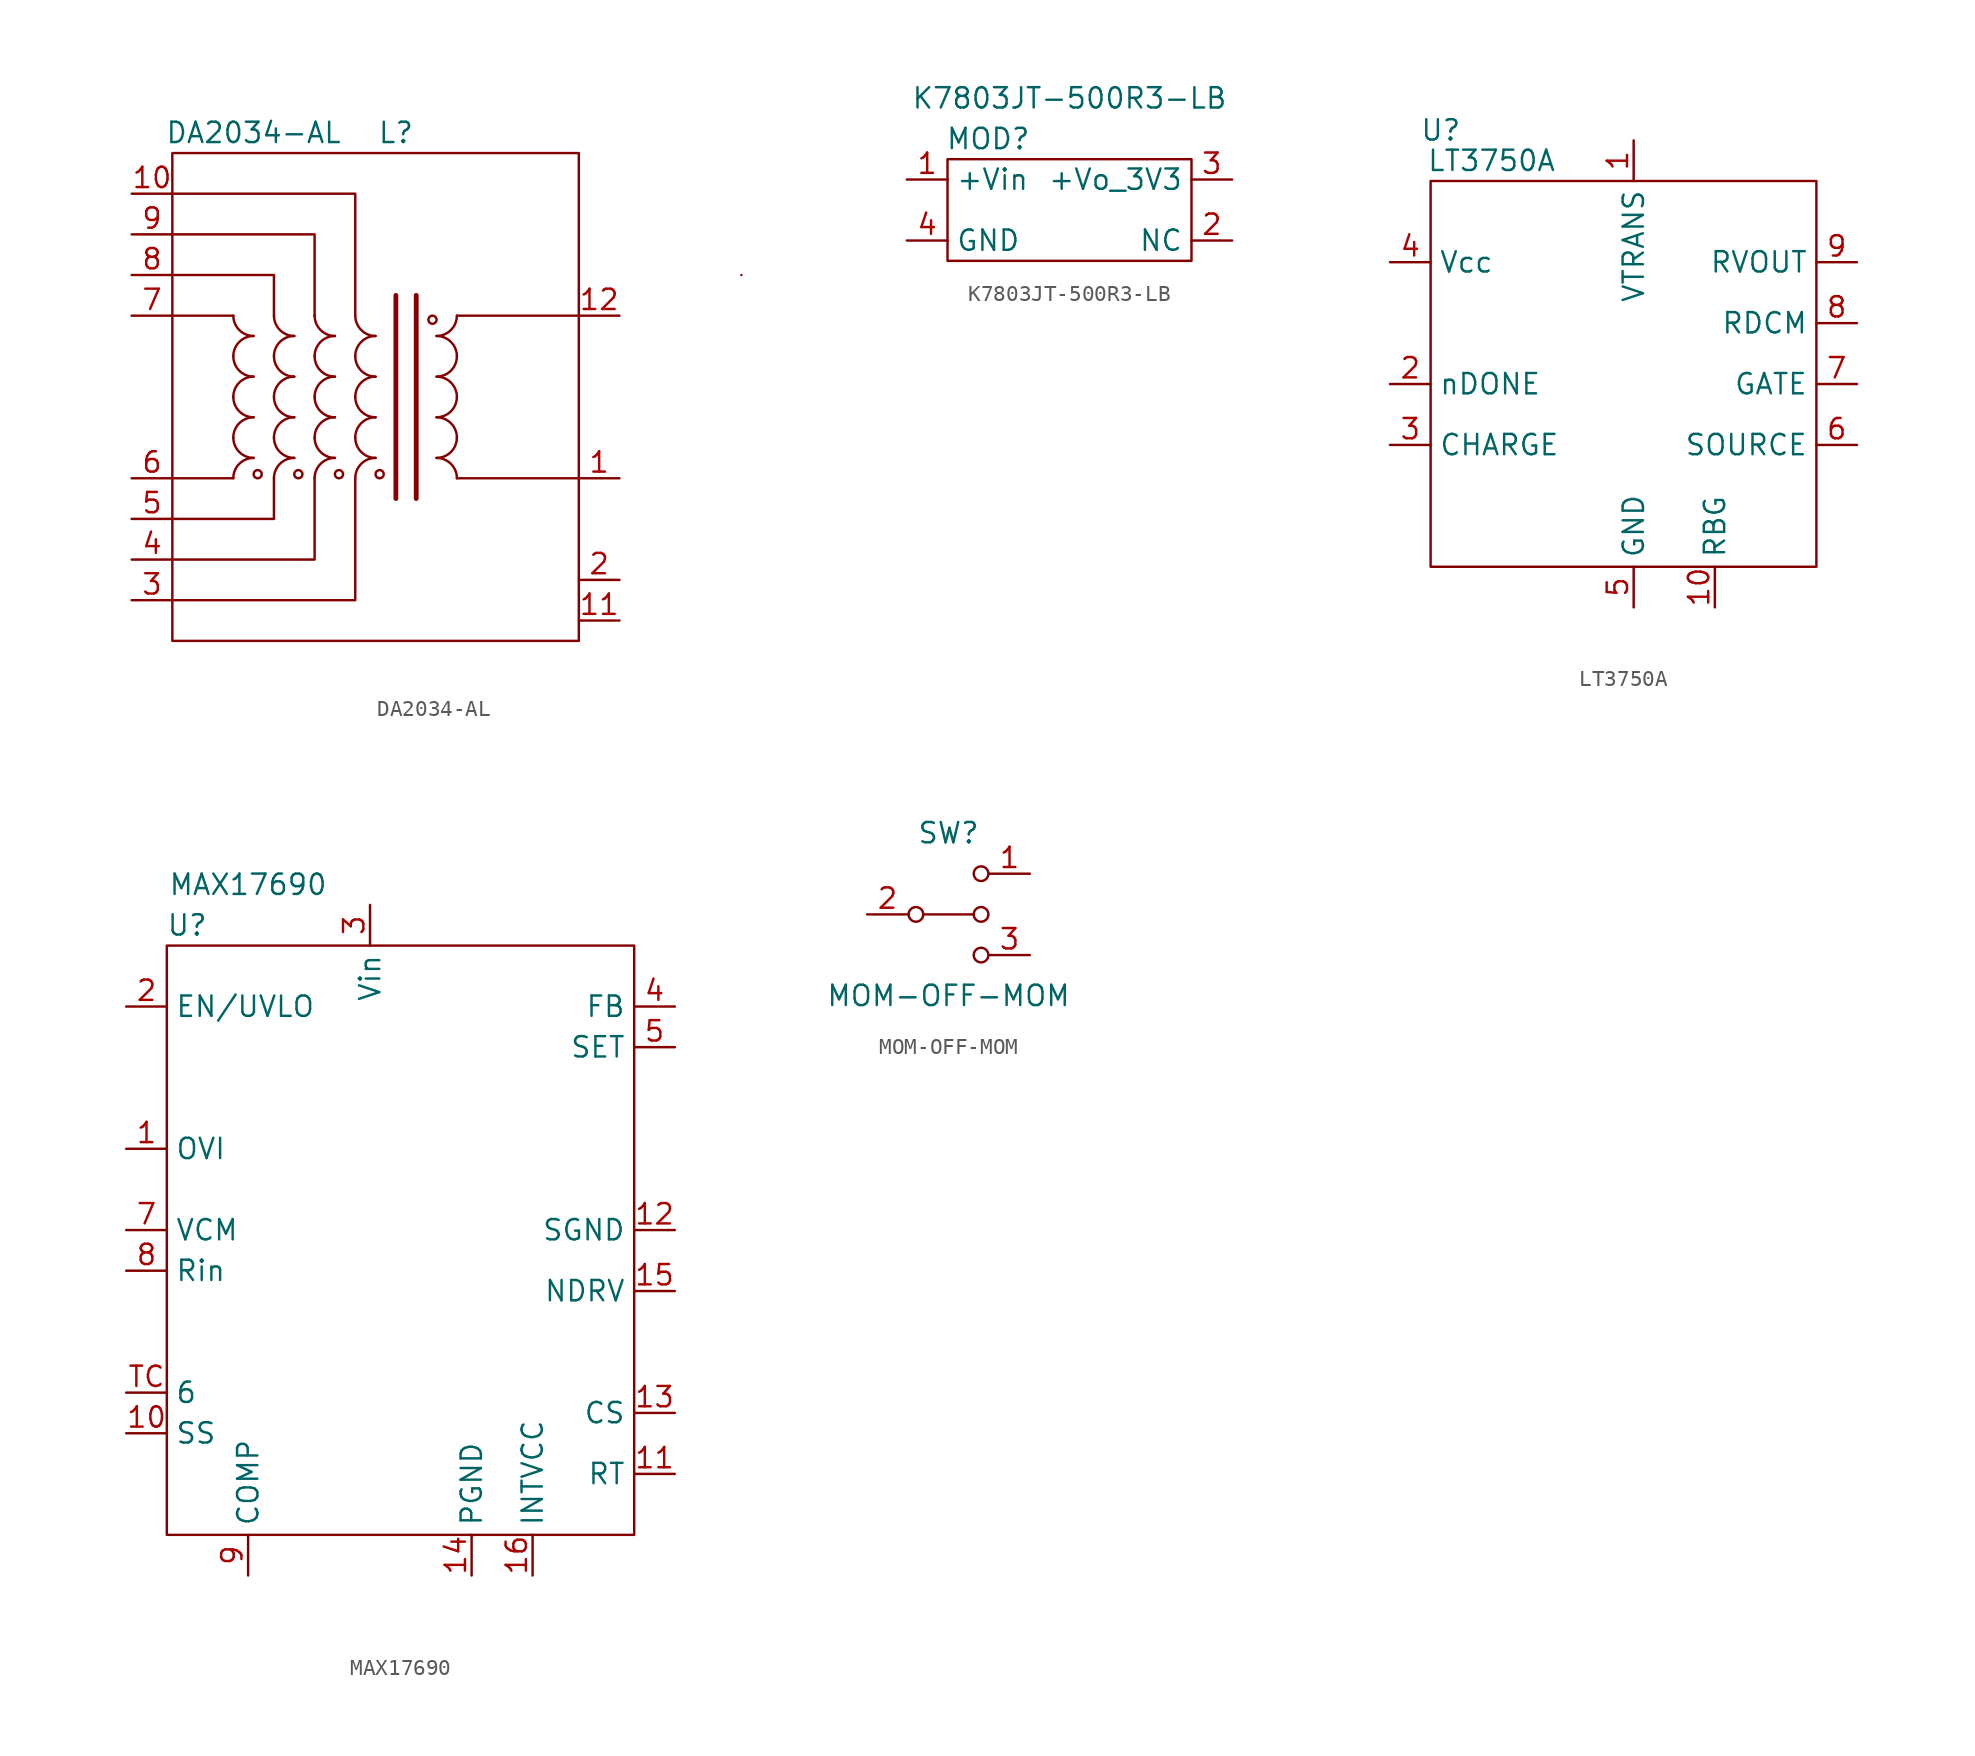
<source format=kicad_sym>
(kicad_symbol_lib
  (version 20211014)
  (generator kicad_symbol_editor)
  (symbol "DA2034-AL"
    (pin_names hide)
    (property "Reference" "L"
      (at 2.54 1.27 0)
      (effects (font (size 1.27 1.27))))
    (property "Value" "DA2034-AL"
      (at -6.35 1.27 0)
      (effects (font (size 1.27 1.27))))
    (symbol "DA2034-AL_0_0"
      (pin unspecified line (at 16.51 -20.32 180) (length 2.54) (name "1" (effects (font (size 1.27 1.27)))) (number "1" (effects (font (size 1.27 1.27)))))
      (pin unspecified line (at -13.97 -2.54 0) (length 2.54) (name "10" (effects (font (size 1.27 1.27)))) (number "10" (effects (font (size 1.27 1.27)))))
      (pin unspecified line (at 16.51 -29.21 180) (length 2.54) (name "11" (effects (font (size 1.27 1.27)))) (number "11" (effects (font (size 1.27 1.27)))))
      (pin unspecified line (at 16.51 -10.16 180) (length 2.54) (name "12" (effects (font (size 1.27 1.27)))) (number "12" (effects (font (size 1.27 1.27)))))
      (pin unspecified line (at 16.51 -26.67 180) (length 2.54) (name "2" (effects (font (size 1.27 1.27)))) (number "2" (effects (font (size 1.27 1.27)))))
      (pin unspecified line (at -13.97 -27.94 0) (length 2.54) (name "3" (effects (font (size 1.27 1.27)))) (number "3" (effects (font (size 1.27 1.27)))))
      (pin unspecified line (at -13.97 -25.4 0) (length 2.54) (name "4" (effects (font (size 1.27 1.27)))) (number "4" (effects (font (size 1.27 1.27)))))
      (pin unspecified line (at -13.97 -22.86 0) (length 2.54) (name "5" (effects (font (size 1.27 1.27)))) (number "5" (effects (font (size 1.27 1.27)))))
      (pin unspecified line (at -13.97 -20.32 0) (length 2.54) (name "6" (effects (font (size 1.27 1.27)))) (number "6" (effects (font (size 1.27 1.27)))))
      (pin unspecified line (at -13.97 -10.16 0) (length 2.54) (name "7" (effects (font (size 1.27 1.27)))) (number "7" (effects (font (size 1.27 1.27)))))
      (pin unspecified line (at -13.97 -7.62 0) (length 2.54) (name "8" (effects (font (size 1.27 1.27)))) (number "8" (effects (font (size 1.27 1.27)))))
      (pin unspecified line (at -13.97 -5.08 0) (length 2.54) (name "9" (effects (font (size 1.27 1.27)))) (number "9" (effects (font (size 1.27 1.27))))))
    (symbol "DA2034-AL_0_1"
      (rectangle (start -11.43 -30.48) (end 13.97 0) (stroke (width 0) (type default) (color 0 0 0 0)) (fill (type none)))
      (arc (start -7.62 -17.78) (mid -8.518 -19.948) (end -6.35 -19.05) (stroke (width 0) (type default) (color 0 0 0 0)) (fill (type none)))
      (arc (start -7.62 -15.24) (mid -8.518 -17.408) (end -6.35 -16.51) (stroke (width 0) (type default) (color 0 0 0 0)) (fill (type none)))
      (arc (start -7.62 -12.7) (mid -8.518 -14.868) (end -6.35 -13.97) (stroke (width 0) (type default) (color 0 0 0 0)) (fill (type none)))
      (arc (start -7.62 -10.16) (mid -8.518 -12.328) (end -6.35 -11.43) (stroke (width 0) (type default) (color 0 0 0 0)) (fill (type none)))
      (arc (start -6.35 -19.05) (mid -8.518 -18.152) (end -7.62 -20.32) (stroke (width 0) (type default) (color 0 0 0 0)) (fill (type none)))
      (arc (start -6.35 -16.51) (mid -8.518 -15.612) (end -7.62 -17.78) (stroke (width 0) (type default) (color 0 0 0 0)) (fill (type none)))
      (arc (start -6.35 -13.97) (mid -8.518 -13.072) (end -7.62 -15.24) (stroke (width 0) (type default) (color 0 0 0 0)) (fill (type none)))
      (arc (start -6.35 -11.43) (mid -8.518 -10.532) (end -7.62 -12.7) (stroke (width 0) (type default) (color 0 0 0 0)) (fill (type none)))
      (circle (center -6.096 -20.066) (radius 0.254) (stroke (width 0) (type default) (color 0 0 0 0)) (fill (type none)))
      (arc (start -5.08 -17.78) (mid -5.978 -19.948) (end -3.81 -19.05) (stroke (width 0) (type default) (color 0 0 0 0)) (fill (type none)))
      (arc (start -5.08 -15.24) (mid -5.978 -17.408) (end -3.81 -16.51) (stroke (width 0) (type default) (color 0 0 0 0)) (fill (type none)))
      (arc (start -5.08 -12.7) (mid -5.978 -14.868) (end -3.81 -13.97) (stroke (width 0) (type default) (color 0 0 0 0)) (fill (type none)))
      (arc (start -5.08 -10.16) (mid -5.978 -12.328) (end -3.81 -11.43) (stroke (width 0) (type default) (color 0 0 0 0)) (fill (type none)))
      (arc (start -3.81 -19.05) (mid -5.978 -18.152) (end -5.08 -20.32) (stroke (width 0) (type default) (color 0 0 0 0)) (fill (type none)))
      (arc (start -3.81 -16.51) (mid -5.978 -15.612) (end -5.08 -17.78) (stroke (width 0) (type default) (color 0 0 0 0)) (fill (type none)))
      (arc (start -3.81 -13.97) (mid -5.978 -13.072) (end -5.08 -15.24) (stroke (width 0) (type default) (color 0 0 0 0)) (fill (type none)))
      (arc (start -3.81 -11.43) (mid -5.978 -10.532) (end -5.08 -12.7) (stroke (width 0) (type default) (color 0 0 0 0)) (fill (type none)))
      (circle (center -3.556 -20.066) (radius 0.254) (stroke (width 0) (type default) (color 0 0 0 0)) (fill (type none)))
      (arc (start -2.54 -17.78) (mid -3.438 -19.948) (end -1.27 -19.05) (stroke (width 0) (type default) (color 0 0 0 0)) (fill (type none)))
      (arc (start -2.54 -15.24) (mid -3.438 -17.408) (end -1.27 -16.51) (stroke (width 0) (type default) (color 0 0 0 0)) (fill (type none)))
      (arc (start -2.54 -12.7) (mid -3.438 -14.868) (end -1.27 -13.97) (stroke (width 0) (type default) (color 0 0 0 0)) (fill (type none)))
      (arc (start -2.54 -10.16) (mid -3.438 -12.328) (end -1.27 -11.43) (stroke (width 0) (type default) (color 0 0 0 0)) (fill (type none)))
      (arc (start -1.27 -19.05) (mid -3.438 -18.152) (end -2.54 -20.32) (stroke (width 0) (type default) (color 0 0 0 0)) (fill (type none)))
      (arc (start -1.27 -16.51) (mid -3.438 -15.612) (end -2.54 -17.78) (stroke (width 0) (type default) (color 0 0 0 0)) (fill (type none)))
      (arc (start -1.27 -13.97) (mid -3.438 -13.072) (end -2.54 -15.24) (stroke (width 0) (type default) (color 0 0 0 0)) (fill (type none)))
      (arc (start -1.27 -11.43) (mid -3.438 -10.532) (end -2.54 -12.7) (stroke (width 0) (type default) (color 0 0 0 0)) (fill (type none)))
      (circle (center -1.016 -20.066) (radius 0.254) (stroke (width 0) (type default) (color 0 0 0 0)) (fill (type none)))
      (arc (start 0 -17.78) (mid -0.898 -19.948) (end 1.27 -19.05) (stroke (width 0) (type default) (color 0 0 0 0)) (fill (type none)))
      (arc (start 0 -15.24) (mid -0.898 -17.408) (end 1.27 -16.51) (stroke (width 0) (type default) (color 0 0 0 0)) (fill (type none)))
      (arc (start 0 -12.7) (mid -0.898 -14.868) (end 1.27 -13.97) (stroke (width 0) (type default) (color 0 0 0 0)) (fill (type none)))
      (arc (start 0 -10.16) (mid -0.898 -12.328) (end 1.27 -11.43) (stroke (width 0) (type default) (color 0 0 0 0)) (fill (type none)))
      (polyline (pts (xy -11.43 -20.32) (xy -7.62 -20.32)) (stroke (width 0) (type default) (color 0 0 0 0)) (fill (type none)))
      (polyline (pts (xy -11.43 -10.16) (xy -7.62 -10.16)) (stroke (width 0) (type default) (color 0 0 0 0)) (fill (type none)))
      (polyline (pts (xy -2.54 -10.16) (xy -2.54 -10.16)) (stroke (width 0) (type default) (color 0 0 0 0)) (fill (type none)))
      (polyline (pts (xy 2.54 -8.89) (xy 2.54 -21.59)) (stroke (width 0.3) (type default) (color 0 0 0 0)) (fill (type none)))
      (polyline (pts (xy 3.81 -8.89) (xy 3.81 -21.59)) (stroke (width 0.3) (type default) (color 0 0 0 0)) (fill (type none)))
      (polyline (pts (xy 6.35 -10.16) (xy 13.97 -10.16)) (stroke (width 0) (type default) (color 0 0 0 0)) (fill (type none)))
      (polyline (pts (xy 13.97 -20.32) (xy 6.35 -20.32)) (stroke (width 0) (type default) (color 0 0 0 0)) (fill (type none)))
      (polyline (pts (xy -11.43 -27.94) (xy 0 -27.94) (xy 0 -20.32)) (stroke (width 0) (type default) (color 0 0 0 0)) (fill (type none)))
      (polyline (pts (xy -11.43 -22.86) (xy -5.08 -22.86) (xy -5.08 -20.32)) (stroke (width 0) (type default) (color 0 0 0 0)) (fill (type none)))
      (polyline (pts (xy -11.43 -7.62) (xy -5.08 -7.62) (xy -5.08 -10.16)) (stroke (width 0) (type default) (color 0 0 0 0)) (fill (type none)))
      (polyline (pts (xy -11.43 -5.08) (xy -2.54 -5.08) (xy -2.54 -10.16)) (stroke (width 0) (type default) (color 0 0 0 0)) (fill (type none)))
      (polyline (pts (xy -11.43 -2.54) (xy 0 -2.54) (xy 0 -10.16)) (stroke (width 0) (type default) (color 0 0 0 0)) (fill (type none)))
      (polyline (pts (xy -2.54 -20.32) (xy -2.54 -25.4) (xy -11.43 -25.4)) (stroke (width 0) (type default) (color 0 0 0 0)) (fill (type none)))
      (arc (start 1.27 -19.05) (mid -0.898 -18.152) (end 0 -20.32) (stroke (width 0) (type default) (color 0 0 0 0)) (fill (type none)))
      (arc (start 1.27 -16.51) (mid -0.898 -15.612) (end 0 -17.78) (stroke (width 0) (type default) (color 0 0 0 0)) (fill (type none)))
      (arc (start 1.27 -13.97) (mid -0.898 -13.072) (end 0 -15.24) (stroke (width 0) (type default) (color 0 0 0 0)) (fill (type none)))
      (arc (start 1.27 -11.43) (mid -0.898 -10.532) (end 0 -12.7) (stroke (width 0) (type default) (color 0 0 0 0)) (fill (type none)))
      (circle (center 1.524 -20.066) (radius 0.254) (stroke (width 0) (type default) (color 0 0 0 0)) (fill (type none)))
      (circle (center 4.826 -10.414) (radius 0.254) (stroke (width 0) (type default) (color 0 0 0 0)) (fill (type none)))
      (arc (start 5.08 -19.05) (mid 7.248 -19.948) (end 6.35 -17.78) (stroke (width 0) (type default) (color 0 0 0 0)) (fill (type none)))
      (arc (start 5.08 -16.51) (mid 7.248 -17.408) (end 6.35 -15.24) (stroke (width 0) (type default) (color 0 0 0 0)) (fill (type none)))
      (arc (start 5.08 -13.97) (mid 7.248 -14.868) (end 6.35 -12.7) (stroke (width 0) (type default) (color 0 0 0 0)) (fill (type none)))
      (arc (start 5.08 -11.43) (mid 7.248 -12.328) (end 6.35 -10.16) (stroke (width 0) (type default) (color 0 0 0 0)) (fill (type none)))
      (arc (start 6.35 -20.32) (mid 7.248 -18.152) (end 5.08 -19.05) (stroke (width 0) (type default) (color 0 0 0 0)) (fill (type none)))
      (arc (start 6.35 -17.78) (mid 7.248 -15.612) (end 5.08 -16.51) (stroke (width 0) (type default) (color 0 0 0 0)) (fill (type none)))
      (arc (start 6.35 -15.24) (mid 7.248 -13.072) (end 5.08 -13.97) (stroke (width 0) (type default) (color 0 0 0 0)) (fill (type none)))
      (arc (start 6.35 -12.7) (mid 7.248 -10.532) (end 5.08 -11.43) (stroke (width 0) (type default) (color 0 0 0 0)) (fill (type none)))
      (arc (start 24.13 -7.62) (mid 24.13 -7.62) (end 24.13 -7.62) (stroke (width 0) (type default) (color 0 0 0 0)) (fill (type none)))))
  (symbol "K7803JT-500R3-LB"
    (property "Reference" "MOD"
      (at -5.08 1.27 0)
      (effects (font (size 1.27 1.27))))
    (property "Value" "K7803JT-500R3-LB"
      (at 0 3.81 0)
      (effects (font (size 1.27 1.27))))
    (symbol "K7803JT-500R3-LB_0_0"
      (pin unspecified line (at -10.16 -1.27 0) (length 2.54) (name "+Vin" (effects (font (size 1.27 1.27)))) (number "1" (effects (font (size 1.27 1.27)))))
      (pin unspecified line (at 10.16 -5.08 180) (length 2.54) (name "NC" (effects (font (size 1.27 1.27)))) (number "2" (effects (font (size 1.27 1.27)))))
      (pin unspecified line (at 10.16 -1.27 180) (length 2.54) (name "+Vo_3V3" (effects (font (size 1.27 1.27)))) (number "3" (effects (font (size 1.27 1.27)))))
      (pin unspecified line (at -10.16 -5.08 0) (length 2.54) (name "GND" (effects (font (size 1.27 1.27)))) (number "4" (effects (font (size 1.27 1.27))))))
    (symbol "K7803JT-500R3-LB_0_1"
      (rectangle (start -7.62 0) (end 7.62 -6.35) (stroke (width 0) (type default) (color 0 0 0 0)) (fill (type none)))))
  (symbol "LT3750A"
    (property "Reference" "U"
      (at -12.065 3.175 0)
      (effects (font (size 1.27 1.27))))
    (property "Value" "LT3750A"
      (at -8.89 1.27 0)
      (effects (font (size 1.27 1.27))))
    (symbol "LT3750A_0_1"
      (rectangle (start -12.7 0) (end 11.43 -24.13) (stroke (width 0) (type default) (color 0 0 0 0)) (fill (type none))))
    (symbol "LT3750A_1_1"
      (pin input line (at 0 2.54 270) (length 2.54) (name "VTRANS" (effects (font (size 1.27 1.27)))) (number "1" (effects (font (size 1.27 1.27)))))
      (pin input line (at 5.08 -26.67 90) (length 2.54) (name "RBG" (effects (font (size 1.27 1.27)))) (number "10" (effects (font (size 1.27 1.27)))))
      (pin input line (at -15.24 -12.7 0) (length 2.54) (name "nDONE" (effects (font (size 1.27 1.27)))) (number "2" (effects (font (size 1.27 1.27)))))
      (pin input line (at -15.24 -16.51 0) (length 2.54) (name "CHARGE" (effects (font (size 1.27 1.27)))) (number "3" (effects (font (size 1.27 1.27)))))
      (pin input line (at -15.24 -5.08 0) (length 2.54) (name "Vcc" (effects (font (size 1.27 1.27)))) (number "4" (effects (font (size 1.27 1.27)))))
      (pin input line (at 0 -26.67 90) (length 2.54) (name "GND" (effects (font (size 1.27 1.27)))) (number "5" (effects (font (size 1.27 1.27)))))
      (pin input line (at 13.97 -16.51 180) (length 2.54) (name "SOURCE" (effects (font (size 1.27 1.27)))) (number "6" (effects (font (size 1.27 1.27)))))
      (pin input line (at 13.97 -12.7 180) (length 2.54) (name "GATE" (effects (font (size 1.27 1.27)))) (number "7" (effects (font (size 1.27 1.27)))))
      (pin input line (at 13.97 -8.89 180) (length 2.54) (name "RDCM" (effects (font (size 1.27 1.27)))) (number "8" (effects (font (size 1.27 1.27)))))
      (pin input line (at 13.97 -5.08 180) (length 2.54) (name "RVOUT" (effects (font (size 1.27 1.27)))) (number "9" (effects (font (size 1.27 1.27)))))))
  (symbol "MAX17690"
    (property "Reference" "U"
      (at -11.43 1.27 0)
      (effects (font (size 1.27 1.27))))
    (property "Value" "MAX17690"
      (at -7.62 3.81 0)
      (effects (font (size 1.27 1.27))))
    (symbol "MAX17690_0_1"
      (rectangle (start -12.7 0) (end 16.51 -36.83) (stroke (width 0) (type default) (color 0 0 0 0)) (fill (type none))))
    (symbol "MAX17690_1_1"
      (pin input line (at -15.24 -12.7 0) (length 2.54) (name "OVI" (effects (font (size 1.27 1.27)))) (number "1" (effects (font (size 1.27 1.27)))))
      (pin input line (at -15.24 -30.48 0) (length 2.54) (name "SS" (effects (font (size 1.27 1.27)))) (number "10" (effects (font (size 1.27 1.27)))))
      (pin input line (at 19.05 -33.02 180) (length 2.54) (name "RT" (effects (font (size 1.27 1.27)))) (number "11" (effects (font (size 1.27 1.27)))))
      (pin input line (at 19.05 -17.78 180) (length 2.54) (name "SGND" (effects (font (size 1.27 1.27)))) (number "12" (effects (font (size 1.27 1.27)))))
      (pin input line (at 19.05 -29.21 180) (length 2.54) (name "CS" (effects (font (size 1.27 1.27)))) (number "13" (effects (font (size 1.27 1.27)))))
      (pin input line (at 6.35 -39.37 90) (length 2.54) (name "PGND" (effects (font (size 1.27 1.27)))) (number "14" (effects (font (size 1.27 1.27)))))
      (pin input line (at 19.05 -21.59 180) (length 2.54) (name "NDRV" (effects (font (size 1.27 1.27)))) (number "15" (effects (font (size 1.27 1.27)))))
      (pin input line (at 10.16 -39.37 90) (length 2.54) (name "INTVCC" (effects (font (size 1.27 1.27)))) (number "16" (effects (font (size 1.27 1.27)))))
      (pin input line (at -15.24 -3.81 0) (length 2.54) (name "EN/UVLO" (effects (font (size 1.27 1.27)))) (number "2" (effects (font (size 1.27 1.27)))))
      (pin input line (at 0 2.54 270) (length 2.54) (name "Vin" (effects (font (size 1.27 1.27)))) (number "3" (effects (font (size 1.27 1.27)))))
      (pin input line (at 19.05 -3.81 180) (length 2.54) (name "FB" (effects (font (size 1.27 1.27)))) (number "4" (effects (font (size 1.27 1.27)))))
      (pin input line (at 19.05 -6.35 180) (length 2.54) (name "SET" (effects (font (size 1.27 1.27)))) (number "5" (effects (font (size 1.27 1.27)))))
      (pin input line (at -15.24 -17.78 0) (length 2.54) (name "VCM" (effects (font (size 1.27 1.27)))) (number "7" (effects (font (size 1.27 1.27)))))
      (pin input line (at -15.24 -20.32 0) (length 2.54) (name "Rin" (effects (font (size 1.27 1.27)))) (number "8" (effects (font (size 1.27 1.27)))))
      (pin input line (at -7.62 -39.37 90) (length 2.54) (name "COMP" (effects (font (size 1.27 1.27)))) (number "9" (effects (font (size 1.27 1.27)))))
      (pin input line (at -15.24 -27.94 0) (length 2.54) (name "6" (effects (font (size 1.27 1.27)))) (number "TC" (effects (font (size 1.27 1.27)))))))
  (symbol "MOM-OFF-MOM"
    (pin_names
      (offset 0) hide)
    (property "Reference" "SW"
      (at 0 5.08 0)
      (effects (font (size 1.27 1.27))))
    (property "Value" "MOM-OFF-MOM"
      (at 0 -5.08 0)
      (effects (font (size 1.27 1.27))))
    (symbol "MOM-OFF-MOM_0_1"
      (circle (center -2.032 0) (radius 0.457) (stroke (width 0) (type default) (color 0 0 0 0)) (fill (type none)))
      (polyline (pts (xy -1.524 0) (xy 1.524 0)) (stroke (width 0) (type default) (color 0 0 0 0)) (fill (type none)))
      (circle (center 2.032 -2.54) (radius 0.457) (stroke (width 0) (type default) (color 0 0 0 0)) (fill (type none)))
      (circle (center 2.032 0) (radius 0.457) (stroke (width 0) (type default) (color 0 0 0 0)) (fill (type none)))
      (circle (center 2.032 2.54) (radius 0.457) (stroke (width 0) (type default) (color 0 0 0 0)) (fill (type none))))
    (symbol "MOM-OFF-MOM_1_1"
      (pin passive line (at 5.08 2.54 180) (length 2.54) (name "1" (effects (font (size 1.27 1.27)))) (number "1" (effects (font (size 1.27 1.27)))))
      (pin passive line (at -5.08 0 0) (length 2.54) (name "2" (effects (font (size 1.27 1.27)))) (number "2" (effects (font (size 1.27 1.27)))))
      (pin passive line (at 5.08 -2.54 180) (length 2.54) (name "3" (effects (font (size 1.27 1.27)))) (number "3" (effects (font (size 1.27 1.27))))))))
</source>
